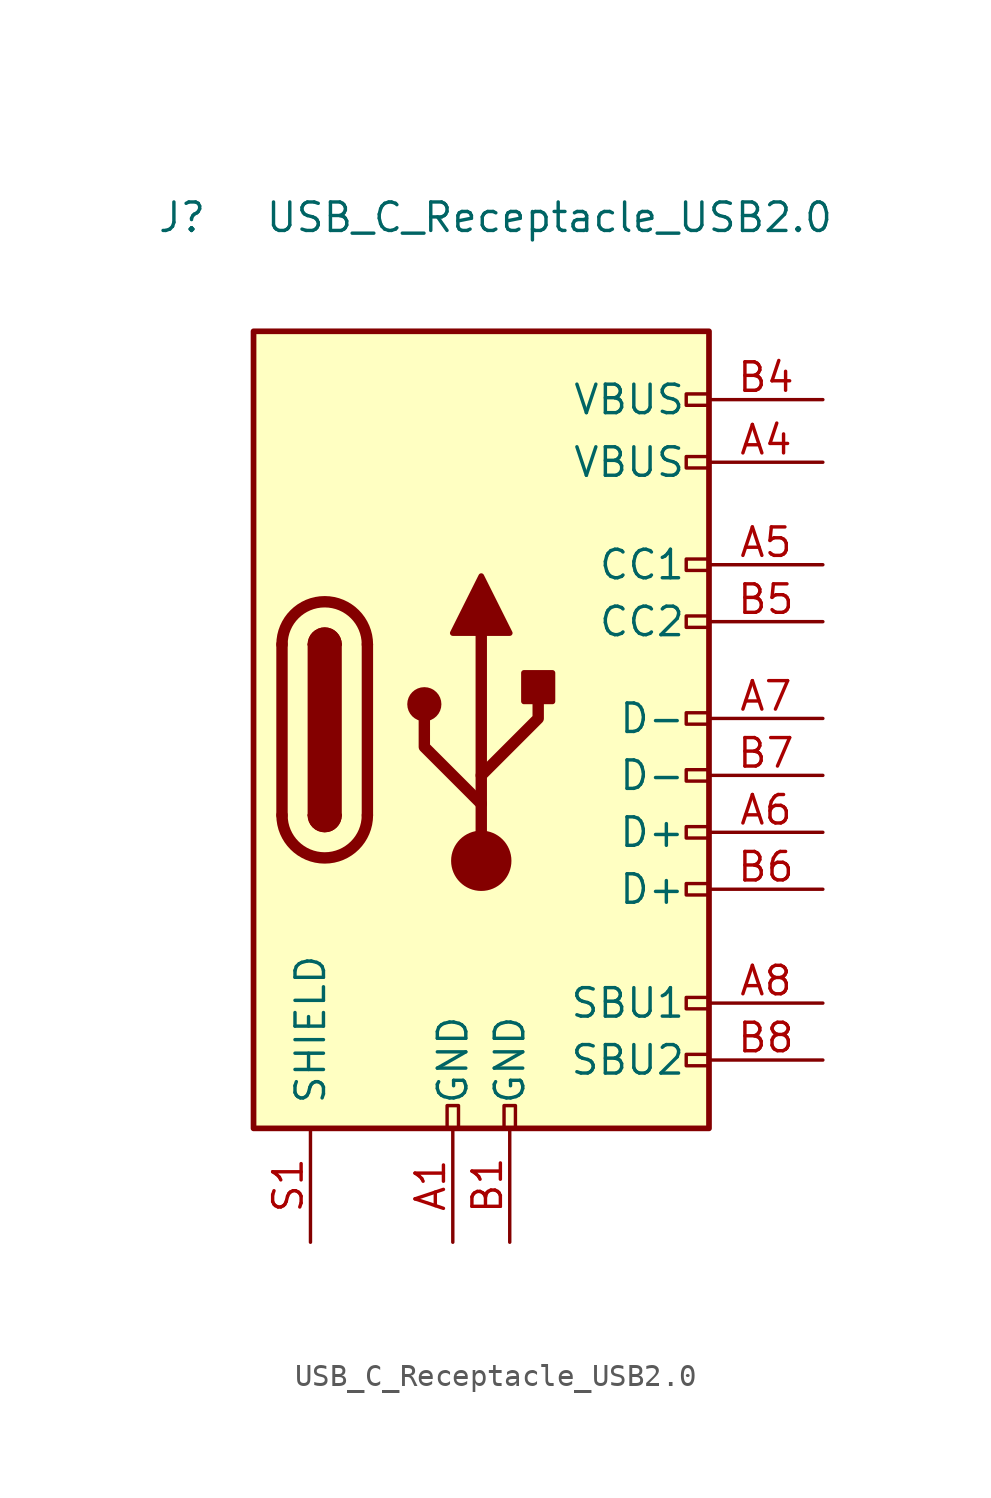
<source format=kicad_sym>
(kicad_symbol_lib
  (version 20220914)
  (generator kicad_symbol_editor)
  (symbol "USB_C_Receptacle_USB2.0"
    (pin_names
      (offset 1.016))
    (property "Reference" "J"
      (at -14.478 22.86 0)
      (effects (font (size 1.27 1.27)) (justify left)))
    (property "Value" "USB_C_Receptacle_USB2.0"
      (at 15.748 22.86 0)
      (effects (font (size 1.27 1.27)) (justify right)))
    (symbol "USB_C_Receptacle_USB2.0_0_0"
      (rectangle (start -1.524 -16.764) (end -1.016 -17.78) (stroke (width 0) (type default)) (fill (type none)))
      (rectangle (start 1.016 -16.764) (end 1.524 -17.78) (stroke (width 0) (type default)) (fill (type none)))
      (rectangle (start 9.144 12.192) (end 10.16 11.684) (stroke (width 0) (type default)) (fill (type none)))
      (rectangle (start 9.144 14.986) (end 10.16 14.478) (stroke (width 0) (type default)) (fill (type none)))
      (rectangle (start 10.16 -14.478) (end 9.144 -14.986) (stroke (width 0) (type default)) (fill (type none)))
      (rectangle (start 10.16 -11.938) (end 9.144 -12.446) (stroke (width 0) (type default)) (fill (type none)))
      (rectangle (start 10.16 -6.858) (end 9.144 -7.366) (stroke (width 0) (type default)) (fill (type none)))
      (rectangle (start 10.16 -4.318) (end 9.144 -4.826) (stroke (width 0) (type default)) (fill (type none)))
      (rectangle (start 10.16 -1.778) (end 9.144 -2.286) (stroke (width 0) (type default)) (fill (type none)))
      (rectangle (start 10.16 0.762) (end 9.144 0.254) (stroke (width 0) (type default)) (fill (type none)))
      (rectangle (start 10.16 5.08) (end 9.144 4.572) (stroke (width 0) (type default)) (fill (type none)))
      (rectangle (start 10.16 7.62) (end 9.144 7.112) (stroke (width 0) (type default)) (fill (type none))))
    (symbol "USB_C_Receptacle_USB2.0_0_1"
      (rectangle (start -10.16 17.78) (end 10.16 -17.78) (stroke (width 0.254) (type default)) (fill (type background)))
      (arc (start -8.89 -3.81) (mid -6.985 -5.7067) (end -5.08 -3.81) (stroke (width 0.508) (type default)) (fill (type none)))
      (arc (start -7.62 -3.81) (mid -6.985 -4.4423) (end -6.35 -3.81) (stroke (width 0.254) (type default)) (fill (type none)))
      (arc (start -7.62 -3.81) (mid -6.985 -4.4423) (end -6.35 -3.81) (stroke (width 0.254) (type default)) (fill (type outline)))
      (rectangle (start -7.62 -3.81) (end -6.35 3.81) (stroke (width 0.254) (type default)) (fill (type outline)))
      (arc (start -6.35 3.81) (mid -6.985 4.4423) (end -7.62 3.81) (stroke (width 0.254) (type default)) (fill (type none)))
      (arc (start -6.35 3.81) (mid -6.985 4.4423) (end -7.62 3.81) (stroke (width 0.254) (type default)) (fill (type outline)))
      (arc (start -5.08 3.81) (mid -6.985 5.7067) (end -8.89 3.81) (stroke (width 0.508) (type default)) (fill (type none)))
      (circle (center -2.54 1.143) (radius 0.635) (stroke (width 0.254) (type default)) (fill (type outline)))
      (circle (center 0 -5.842) (radius 1.27) (stroke (width 0) (type default)) (fill (type outline)))
      (polyline (pts (xy -8.89 -3.81) (xy -8.89 3.81)) (stroke (width 0.508) (type default)) (fill (type none)))
      (polyline (pts (xy -5.08 3.81) (xy -5.08 -3.81)) (stroke (width 0.508) (type default)) (fill (type none)))
      (polyline (pts (xy 0 -5.842) (xy 0 4.318)) (stroke (width 0.508) (type default)) (fill (type none)))
      (polyline (pts (xy 0 -3.302) (xy -2.54 -0.762) (xy -2.54 0.508)) (stroke (width 0.508) (type default)) (fill (type none)))
      (polyline (pts (xy 0 -2.032) (xy 2.54 0.508) (xy 2.54 1.778)) (stroke (width 0.508) (type default)) (fill (type none)))
      (polyline (pts (xy -1.27 4.318) (xy 0 6.858) (xy 1.27 4.318) (xy -1.27 4.318)) (stroke (width 0.254) (type default)) (fill (type outline)))
      (rectangle (start 1.905 1.27) (end 3.175 2.54) (stroke (width 0.254) (type default)) (fill (type outline))))
    (symbol "USB_C_Receptacle_USB2.0_1_1"
      (pin passive line (at -1.27 -22.86 90) (length 5.08) (name "GND" (effects (font (size 1.27 1.27)))) (number "A1" (effects (font (size 1.27 1.27)))))
      (pin passive line (at 15.24 11.938 180) (length 5.08) (name "VBUS" (effects (font (size 1.27 1.27)))) (number "A4" (effects (font (size 1.27 1.27)))))
      (pin bidirectional line (at 15.24 7.366 180) (length 5.08) (name "CC1" (effects (font (size 1.27 1.27)))) (number "A5" (effects (font (size 1.27 1.27)))))
      (pin bidirectional line (at 15.24 -4.572 180) (length 5.08) (name "D+" (effects (font (size 1.27 1.27)))) (number "A6" (effects (font (size 1.27 1.27)))))
      (pin bidirectional line (at 15.24 0.508 180) (length 5.08) (name "D-" (effects (font (size 1.27 1.27)))) (number "A7" (effects (font (size 1.27 1.27)))))
      (pin bidirectional line (at 15.24 -12.192 180) (length 5.08) (name "SBU1" (effects (font (size 1.27 1.27)))) (number "A8" (effects (font (size 1.27 1.27)))))
      (pin passive line (at 1.27 -22.86 90) (length 5.08) (name "GND" (effects (font (size 1.27 1.27)))) (number "B1" (effects (font (size 1.27 1.27)))))
      (pin passive line (at 15.24 14.732 180) (length 5.08) (name "VBUS" (effects (font (size 1.27 1.27)))) (number "B4" (effects (font (size 1.27 1.27)))))
      (pin bidirectional line (at 15.24 4.826 180) (length 5.08) (name "CC2" (effects (font (size 1.27 1.27)))) (number "B5" (effects (font (size 1.27 1.27)))))
      (pin bidirectional line (at 15.24 -7.112 180) (length 5.08) (name "D+" (effects (font (size 1.27 1.27)))) (number "B6" (effects (font (size 1.27 1.27)))))
      (pin bidirectional line (at 15.24 -2.032 180) (length 5.08) (name "D-" (effects (font (size 1.27 1.27)))) (number "B7" (effects (font (size 1.27 1.27)))))
      (pin bidirectional line (at 15.24 -14.732 180) (length 5.08) (name "SBU2" (effects (font (size 1.27 1.27)))) (number "B8" (effects (font (size 1.27 1.27)))))
      (pin passive line (at -7.62 -22.86 90) (length 5.08) (name "SHIELD" (effects (font (size 1.27 1.27)))) (number "S1" (effects (font (size 1.27 1.27))))))))
</source>
